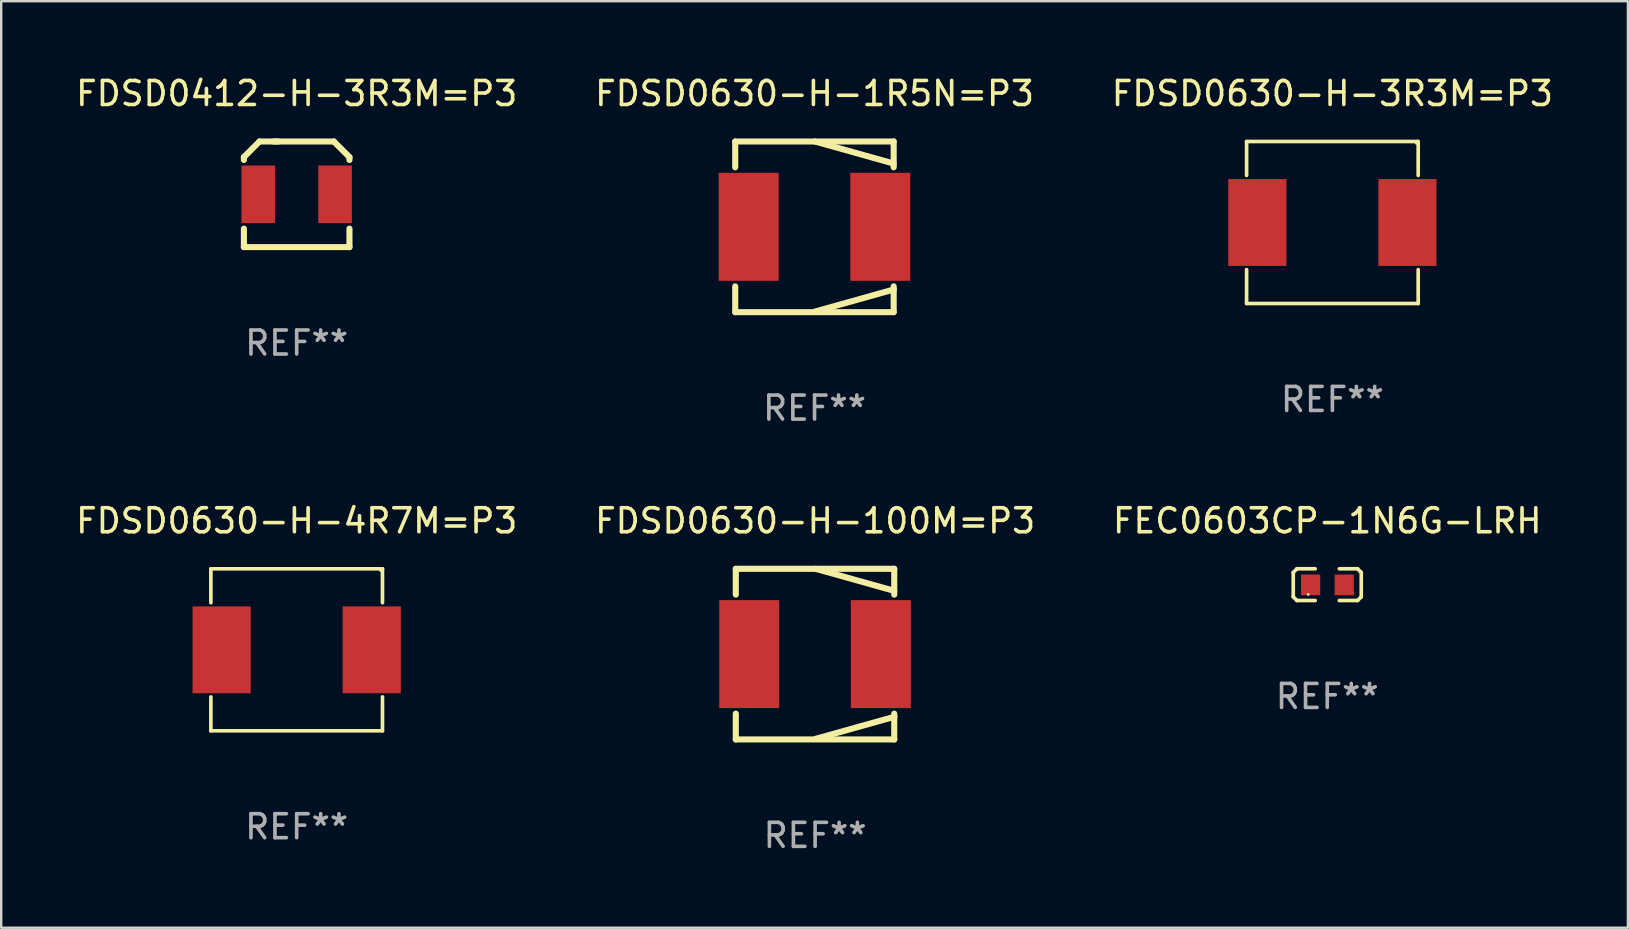
<source format=kicad_pcb>
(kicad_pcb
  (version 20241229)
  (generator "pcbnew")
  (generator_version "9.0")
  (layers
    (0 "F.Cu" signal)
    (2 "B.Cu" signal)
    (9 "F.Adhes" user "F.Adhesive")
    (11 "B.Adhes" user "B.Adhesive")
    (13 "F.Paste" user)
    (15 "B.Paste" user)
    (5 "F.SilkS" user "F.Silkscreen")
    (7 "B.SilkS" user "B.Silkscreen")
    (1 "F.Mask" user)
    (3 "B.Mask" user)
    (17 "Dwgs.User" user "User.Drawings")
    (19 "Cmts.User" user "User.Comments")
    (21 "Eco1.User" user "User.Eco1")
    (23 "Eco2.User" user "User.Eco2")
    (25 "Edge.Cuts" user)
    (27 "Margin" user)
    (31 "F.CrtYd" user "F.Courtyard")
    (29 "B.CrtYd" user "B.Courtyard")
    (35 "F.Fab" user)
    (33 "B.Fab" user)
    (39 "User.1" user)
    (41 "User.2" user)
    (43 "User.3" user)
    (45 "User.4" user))
  (footprint "FDSD0630-H-3R3M=P3"
    (layer "F.Cu")
    (at 52.482 6.224)
    (property "Reference" "FDSD0630-H-3R3M=P3" (at 0 -5.376 0) (layer "F.SilkS") (effects (font (size 1 1) (thickness 0.15))))
    (attr through_hole)
    (fp_line (start -3.576 -3.376) (end 3.576 -3.376) (stroke (width 0.152) (type solid)) (layer "F.SilkS"))
    (fp_line (start -3.576 -1.962) (end -3.576 -3.376) (stroke (width 0.152) (type solid)) (layer "F.SilkS"))
    (fp_line (start -3.576 1.962) (end -3.576 3.376) (stroke (width 0.152) (type solid)) (layer "F.SilkS"))
    (fp_line (start -3.576 3.376) (end 3.576 3.376) (stroke (width 0.152) (type solid)) (layer "F.SilkS"))
    (fp_line (start 3.576 -3.376) (end 3.576 -1.962) (stroke (width 0.152) (type solid)) (layer "F.SilkS"))
    (fp_line (start 3.576 3.376) (end 3.576 1.962) (stroke (width 0.152) (type solid)) (layer "F.SilkS"))
    (fp_circle (center 3.5 -3.3) (end 3.53 -3.3) (stroke (width 0.06) (type solid)) (fill no) (layer "F.SilkS"))
    (fp_text user "REF**" (at 0 7.376 0) (layer "F.Fab") (effects (font (size 1 1) (thickness 0.15))))
    (pad "1" smd rect (at 3.128 0) (size 2.424 3.62) (layers "F.Cu" "F.Mask" "F.Paste"))
    (pad "2" smd rect (at -3.128 0) (size 2.424 3.62) (layers "F.Cu" "F.Mask" "F.Paste")))
  (footprint "FDSD0630-H-100M=P3"
    (layer "F.Cu")
    (at 30.923 24.213)
    (property "Reference" "FDSD0630-H-100M=P3" (at 0 -5.556 0) (layer "F.SilkS") (effects (font (size 1 1) (thickness 0.15))))
    (attr through_hole)
    (fp_line (start -3.306 -3.556) (end 3.298 -3.556) (stroke (width 0.254) (type solid)) (layer "F.SilkS"))
    (fp_line (start -3.306 -2.481) (end -3.306 -3.556) (stroke (width 0.254) (type solid)) (layer "F.SilkS"))
    (fp_line (start -3.306 3.556) (end -3.306 2.481) (stroke (width 0.254) (type solid)) (layer "F.SilkS"))
    (fp_line (start 0.026 3.529) (end 3.306 2.611) (stroke (width 0.254) (type solid)) (layer "F.SilkS"))
    (fp_line (start 3.298 -3.556) (end 3.298 -2.481) (stroke (width 0.254) (type solid)) (layer "F.SilkS"))
    (fp_line (start 3.298 -2.638) (end 0.019 -3.556) (stroke (width 0.254) (type solid)) (layer "F.SilkS"))
    (fp_line (start 3.298 2.481) (end 3.298 3.556) (stroke (width 0.254) (type solid)) (layer "F.SilkS"))
    (fp_line (start 3.298 3.556) (end -3.306 3.556) (stroke (width 0.254) (type solid)) (layer "F.SilkS"))
    (fp_circle (center -3.304 3.5) (end -3.274 3.5) (stroke (width 0.06) (type solid)) (fill no) (layer "F.SilkS"))
    (fp_text user "REF**" (at 0 7.556 0) (layer "F.Fab") (effects (font (size 1 1) (thickness 0.15))))
    (pad "1" smd rect (at -2.746 0) (size 2.5 4.5) (layers "F.Cu" "F.Mask" "F.Paste"))
    (pad "2" smd rect (at 2.739 0) (size 2.5 4.5) (layers "F.Cu" "F.Mask" "F.Paste")))
  (footprint "FEC0603CP-1N6G-LRH"
    (layer "F.Cu")
    (at 52.268 21.317)
    (property "Reference" "FEC0603CP-1N6G-LRH" (at 0 -2.661 0) (layer "F.SilkS") (effects (font (size 1 1) (thickness 0.15))))
    (attr through_hole)
    (fp_line (start -1.417 -0.508) (end -1.265 -0.661) (stroke (width 0.152) (type solid)) (layer "F.SilkS"))
    (fp_line (start -1.417 0.508) (end -1.417 -0.508) (stroke (width 0.152) (type solid)) (layer "F.SilkS"))
    (fp_line (start -1.265 -0.661) (end -0.503 -0.661) (stroke (width 0.152) (type solid)) (layer "F.SilkS"))
    (fp_line (start -1.265 0.661) (end -1.417 0.508) (stroke (width 0.152) (type solid)) (layer "F.SilkS"))
    (fp_line (start -1.265 0.661) (end -0.503 0.661) (stroke (width 0.152) (type solid)) (layer "F.SilkS"))
    (fp_line (start 1.265 -0.661) (end 0.503 -0.661) (stroke (width 0.152) (type solid)) (layer "F.SilkS"))
    (fp_line (start 1.265 -0.661) (end 1.417 -0.508) (stroke (width 0.152) (type solid)) (layer "F.SilkS"))
    (fp_line (start 1.265 0.661) (end 0.503 0.661) (stroke (width 0.152) (type solid)) (layer "F.SilkS"))
    (fp_line (start 1.417 -0.508) (end 1.417 0.508) (stroke (width 0.152) (type solid)) (layer "F.SilkS"))
    (fp_line (start 1.417 0.508) (end 1.265 0.661) (stroke (width 0.152) (type solid)) (layer "F.SilkS"))
    (fp_circle (center -0.793 0.409) (end -0.763 0.409) (stroke (width 0.06) (type solid)) (fill no) (layer "F.SilkS"))
    (fp_text user "REF**" (at 0 4.661 0) (layer "F.Fab") (effects (font (size 1 1) (thickness 0.15))))
    (pad "1" smd rect (at -0.693 0.009 180) (size 0.8 0.864) (layers "F.Cu" "F.Mask" "F.Paste"))
    (pad "2" smd rect (at 0.707 0.009 180) (size 0.8 0.864) (layers "F.Cu" "F.Mask" "F.Paste")))
  (footprint "FDSD0630-H-1R5N=P3"
    (layer "F.Cu")
    (at 30.899 6.404)
    (property "Reference" "FDSD0630-H-1R5N=P3" (at 0 -5.556 0) (layer "F.SilkS") (effects (font (size 1 1) (thickness 0.15))))
    (attr through_hole)
    (fp_line (start -3.306 -3.556) (end 3.298 -3.556) (stroke (width 0.254) (type solid)) (layer "F.SilkS"))
    (fp_line (start -3.306 -2.481) (end -3.306 -3.556) (stroke (width 0.254) (type solid)) (layer "F.SilkS"))
    (fp_line (start -3.306 3.556) (end -3.306 2.481) (stroke (width 0.254) (type solid)) (layer "F.SilkS"))
    (fp_line (start 0.026 3.529) (end 3.306 2.611) (stroke (width 0.254) (type solid)) (layer "F.SilkS"))
    (fp_line (start 3.298 -3.556) (end 3.298 -2.481) (stroke (width 0.254) (type solid)) (layer "F.SilkS"))
    (fp_line (start 3.298 -2.638) (end 0.019 -3.556) (stroke (width 0.254) (type solid)) (layer "F.SilkS"))
    (fp_line (start 3.298 2.481) (end 3.298 3.556) (stroke (width 0.254) (type solid)) (layer "F.SilkS"))
    (fp_line (start 3.298 3.556) (end -3.306 3.556) (stroke (width 0.254) (type solid)) (layer "F.SilkS"))
    (fp_circle (center -3.304 3.5) (end -3.274 3.5) (stroke (width 0.06) (type solid)) (fill no) (layer "F.SilkS"))
    (fp_text user "REF**" (at 0 7.556 0) (layer "F.Fab") (effects (font (size 1 1) (thickness 0.15))))
    (pad "1" smd rect (at -2.746 0) (size 2.5 4.5) (layers "F.Cu" "F.Mask" "F.Paste"))
    (pad "2" smd rect (at 2.739 0) (size 2.5 4.5) (layers "F.Cu" "F.Mask" "F.Paste")))
  (footprint "FDSD0412-H-3R3M=P3"
    (layer "F.Cu")
    (at 9.315 5.048)
    (property "Reference" "FDSD0412-H-3R3M=P3" (at 0 -4.2 0) (layer "F.SilkS") (effects (font (size 1 1) (thickness 0.15))))
    (attr through_hole)
    (fp_line (start -2.2 -1.55) (end -1.55 -2.2) (stroke (width 0.254) (type solid)) (layer "F.SilkS"))
    (fp_line (start -2.2 -1.431) (end -2.2 -1.55) (stroke (width 0.254) (type solid)) (layer "F.SilkS"))
    (fp_line (start -2.2 2.2) (end -2.2 1.431) (stroke (width 0.254) (type solid)) (layer "F.SilkS"))
    (fp_line (start -1.55 -2.2) (end -0.757 -2.2) (stroke (width 0.254) (type solid)) (layer "F.SilkS"))
    (fp_line (start -0.95 -2.2) (end 1.55 -2.2) (stroke (width 0.254) (type solid)) (layer "F.SilkS"))
    (fp_line (start 1.55 -2.2) (end 2.2 -1.55) (stroke (width 0.254) (type solid)) (layer "F.SilkS"))
    (fp_line (start 2.2 -1.55) (end 2.2 -1.431) (stroke (width 0.254) (type solid)) (layer "F.SilkS"))
    (fp_line (start 2.2 1.431) (end 2.2 2.2) (stroke (width 0.254) (type solid)) (layer "F.SilkS"))
    (fp_line (start 2.2 2.2) (end -2.2 2.2) (stroke (width 0.254) (type solid)) (layer "F.SilkS"))
    (fp_circle (center -2.1 2.1) (end -2.07 2.1) (stroke (width 0.06) (type solid)) (fill no) (layer "F.SilkS"))
    (fp_text user "REF**" (at 0 6.2 0) (layer "F.Fab") (effects (font (size 1 1) (thickness 0.15))))
    (pad "1" smd rect (at -1.6 0) (size 1.4 2.4) (layers "F.Cu" "F.Mask" "F.Paste"))
    (pad "2" smd rect (at 1.6 0) (size 1.4 2.4) (layers "F.Cu" "F.Mask" "F.Paste")))
  (footprint "FDSD0630-H-4R7M=P3"
    (layer "F.Cu")
    (at 9.315 24.033)
    (property "Reference" "FDSD0630-H-4R7M=P3" (at 0 -5.376 0) (layer "F.SilkS") (effects (font (size 1 1) (thickness 0.15))))
    (attr through_hole)
    (fp_line (start -3.576 -3.376) (end 3.576 -3.376) (stroke (width 0.152) (type solid)) (layer "F.SilkS"))
    (fp_line (start -3.576 -1.962) (end -3.576 -3.376) (stroke (width 0.152) (type solid)) (layer "F.SilkS"))
    (fp_line (start -3.576 1.962) (end -3.576 3.376) (stroke (width 0.152) (type solid)) (layer "F.SilkS"))
    (fp_line (start -3.576 3.376) (end 3.576 3.376) (stroke (width 0.152) (type solid)) (layer "F.SilkS"))
    (fp_line (start 3.576 -3.376) (end 3.576 -1.962) (stroke (width 0.152) (type solid)) (layer "F.SilkS"))
    (fp_line (start 3.576 3.376) (end 3.576 1.962) (stroke (width 0.152) (type solid)) (layer "F.SilkS"))
    (fp_circle (center 3.5 -3.3) (end 3.53 -3.3) (stroke (width 0.06) (type solid)) (fill no) (layer "F.SilkS"))
    (fp_text user "REF**" (at 0 7.376 0) (layer "F.Fab") (effects (font (size 1 1) (thickness 0.15))))
    (pad "1" smd rect (at 3.128 0) (size 2.424 3.62) (layers "F.Cu" "F.Mask" "F.Paste"))
    (pad "2" smd rect (at -3.128 0) (size 2.424 3.62) (layers "F.Cu" "F.Mask" "F.Paste")))
  (gr_rect
    (start -3 -3)
    (end 64.798 35.617)
    (stroke (width 0.1) (type default))
    (fill no)
    (layer "Edge.Cuts")))
</source>
